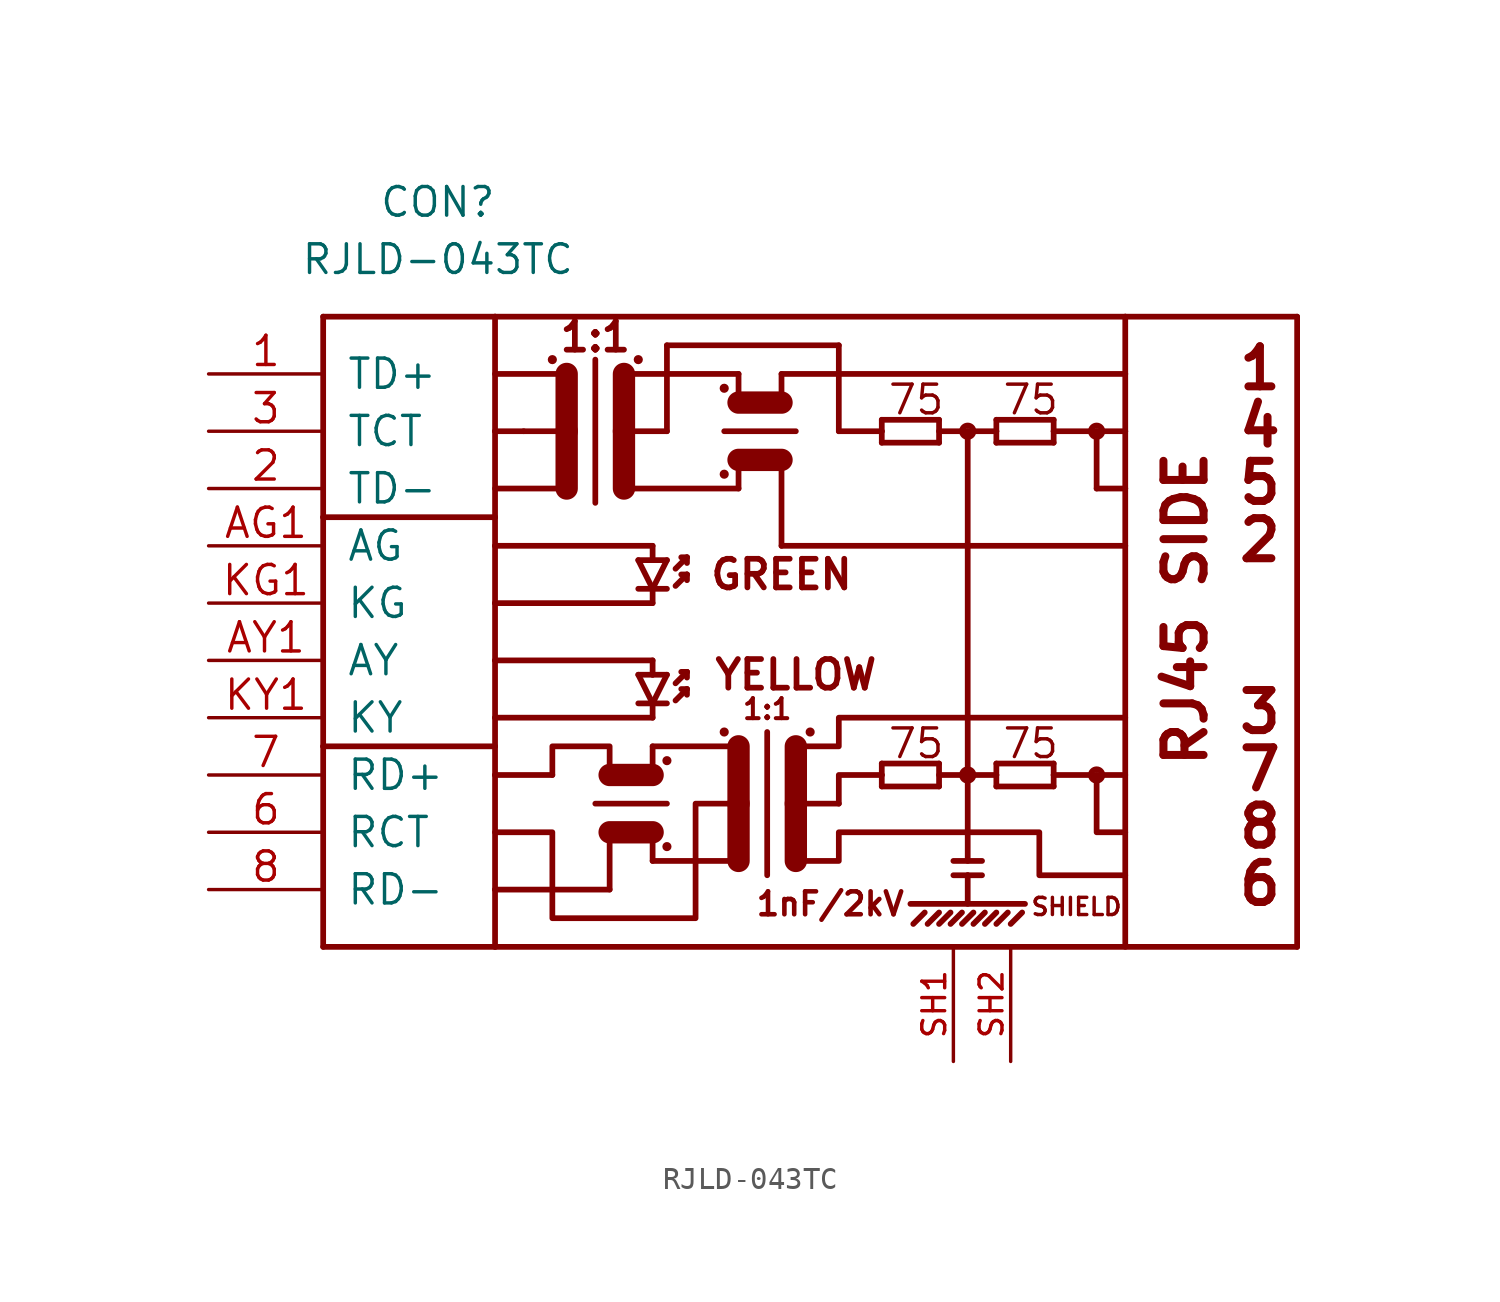
<source format=kicad_sym>
(kicad_symbol_lib
  (version 20211014)
  (generator kicad_symbol_editor)
  (symbol "RJLD-043TC"
    (pin_names
      (offset 1.016))
    (property "Reference" "CON"
      (at -15.24 20.32 0)
      (effects (font (size 1.27 1.27))))
    (property "Value" "RJLD-043TC"
      (at -15.24 17.78 0)
      (effects (font (size 1.27 1.27))))
    (symbol "RJLD-043TC_0_1"
      (polyline (pts (xy -7.62 -10.16) (xy -12.7 -10.16)) (stroke (width 0.254) (type default) (color 0 0 0 0)) (fill (type none)))
      (polyline (pts (xy -5.715 -3.81) (xy -1.905 -3.81)) (stroke (width 0.254) (type default) (color 0 0 0 0)) (fill (type none)))
      (polyline (pts (xy -7.62 -5.08) (xy -7.62 -3.81) (xy -10.16 -3.81) (xy -10.16 -5.08)) (stroke (width 0.254) (type default) (color 0 0 0 0)) (fill (type none))))
    (symbol "RJLD-043TC_1_1"
      (circle (center -10.16 13.335) (radius 0.127) (stroke (width 0) (type default) (color 0 0 0 0)) (fill (type outline)))
      (circle (center -6.35 13.335) (radius 0.127) (stroke (width 0) (type default) (color 0 0 0 0)) (fill (type outline)))
      (circle (center -5.08 -8.255) (radius 0.127) (stroke (width 0) (type default) (color 0 0 0 0)) (fill (type outline)))
      (circle (center -5.08 -4.445) (radius 0.127) (stroke (width 0) (type default) (color 0 0 0 0)) (fill (type outline)))
      (circle (center -2.54 -3.175) (radius 0.127) (stroke (width 0) (type default) (color 0 0 0 0)) (fill (type outline)))
      (circle (center -2.54 8.255) (radius 0.127) (stroke (width 0) (type default) (color 0 0 0 0)) (fill (type outline)))
      (circle (center -2.54 12.065) (radius 0.127) (stroke (width 0) (type default) (color 0 0 0 0)) (fill (type outline)))
      (polyline (pts (xy -20.32 -12.7) (xy -12.7 -12.7)) (stroke (width 0.254) (type default) (color 0 0 0 0)) (fill (type none)))
      (polyline (pts (xy -20.32 -3.81) (xy -20.32 -12.7)) (stroke (width 0.254) (type default) (color 0 0 0 0)) (fill (type none)))
      (polyline (pts (xy -20.32 -3.81) (xy -12.7 -3.81)) (stroke (width 0.254) (type default) (color 0 0 0 0)) (fill (type none)))
      (polyline (pts (xy -20.32 6.35) (xy -20.32 -3.81)) (stroke (width 0.254) (type default) (color 0 0 0 0)) (fill (type none)))
      (polyline (pts (xy -20.32 6.35) (xy -12.7 6.35)) (stroke (width 0.254) (type default) (color 0 0 0 0)) (fill (type none)))
      (polyline (pts (xy -20.32 15.24) (xy -20.32 6.35)) (stroke (width 0.254) (type default) (color 0 0 0 0)) (fill (type none)))
      (polyline (pts (xy -20.32 15.24) (xy -12.7 15.24)) (stroke (width 0.254) (type default) (color 0 0 0 0)) (fill (type none)))
      (polyline (pts (xy -12.7 -10.16) (xy -12.7 -12.7)) (stroke (width 0.254) (type default) (color 0 0 0 0)) (fill (type none)))
      (polyline (pts (xy -12.7 -5.08) (xy -12.7 -10.16)) (stroke (width 0.254) (type default) (color 0 0 0 0)) (fill (type none)))
      (polyline (pts (xy -12.7 -5.08) (xy -10.16 -5.08)) (stroke (width 0.254) (type default) (color 0 0 0 0)) (fill (type none)))
      (polyline (pts (xy -12.7 -3.81) (xy -12.7 -5.08)) (stroke (width 0.254) (type default) (color 0 0 0 0)) (fill (type none)))
      (polyline (pts (xy -12.7 -2.54) (xy -12.7 -3.81)) (stroke (width 0.254) (type default) (color 0 0 0 0)) (fill (type none)))
      (polyline (pts (xy -12.7 0) (xy -12.7 -2.54)) (stroke (width 0.254) (type default) (color 0 0 0 0)) (fill (type none)))
      (polyline (pts (xy -12.7 2.54) (xy -12.7 0)) (stroke (width 0.254) (type default) (color 0 0 0 0)) (fill (type none)))
      (polyline (pts (xy -12.7 5.08) (xy -12.7 2.54)) (stroke (width 0.254) (type default) (color 0 0 0 0)) (fill (type none)))
      (polyline (pts (xy -12.7 6.35) (xy -12.7 5.08)) (stroke (width 0.254) (type default) (color 0 0 0 0)) (fill (type none)))
      (polyline (pts (xy -12.7 10.16) (xy -12.7 6.35)) (stroke (width 0.254) (type default) (color 0 0 0 0)) (fill (type none)))
      (polyline (pts (xy -12.7 15.24) (xy -12.7 10.16)) (stroke (width 0.254) (type default) (color 0 0 0 0)) (fill (type none)))
      (polyline (pts (xy -12.7 15.24) (xy 15.24 15.24)) (stroke (width 0.254) (type default) (color 0 0 0 0)) (fill (type none)))
      (polyline (pts (xy -11.43 10.16) (xy -12.7 10.16)) (stroke (width 0.254) (type default) (color 0 0 0 0)) (fill (type none)))
      (polyline (pts (xy -9.525 7.62) (xy -12.7 7.62)) (stroke (width 0.254) (type default) (color 0 0 0 0)) (fill (type none)))
      (polyline (pts (xy -9.525 10.16) (xy -11.43 10.16)) (stroke (width 0.254) (type default) (color 0 0 0 0)) (fill (type none)))
      (polyline (pts (xy -9.525 10.16) (xy -9.525 7.62)) (stroke (width 0.991) (type default) (color 0 0 0 0)) (fill (type none)))
      (polyline (pts (xy -9.525 12.7) (xy -12.7 12.7)) (stroke (width 0.254) (type default) (color 0 0 0 0)) (fill (type none)))
      (polyline (pts (xy -9.525 12.7) (xy -9.525 10.16)) (stroke (width 0.991) (type default) (color 0 0 0 0)) (fill (type none)))
      (polyline (pts (xy -8.255 -6.35) (xy -5.08 -6.35)) (stroke (width 0.254) (type default) (color 0 0 0 0)) (fill (type none)))
      (polyline (pts (xy -8.255 13.335) (xy -8.255 6.985)) (stroke (width 0.254) (type default) (color 0 0 0 0)) (fill (type none)))
      (polyline (pts (xy -7.62 -10.16) (xy -7.62 -7.62)) (stroke (width 0.254) (type default) (color 0 0 0 0)) (fill (type none)))
      (polyline (pts (xy -7.62 -7.62) (xy -5.715 -7.62)) (stroke (width 0.991) (type default) (color 0 0 0 0)) (fill (type none)))
      (polyline (pts (xy -7.62 -5.08) (xy -5.715 -5.08)) (stroke (width 0.991) (type default) (color 0 0 0 0)) (fill (type none)))
      (polyline (pts (xy -6.985 10.16) (xy -6.985 7.62)) (stroke (width 0.991) (type default) (color 0 0 0 0)) (fill (type none)))
      (polyline (pts (xy -6.985 10.16) (xy -5.08 10.16)) (stroke (width 0.254) (type default) (color 0 0 0 0)) (fill (type none)))
      (polyline (pts (xy -6.985 12.7) (xy -6.985 10.16)) (stroke (width 0.991) (type default) (color 0 0 0 0)) (fill (type none)))
      (polyline (pts (xy -6.985 12.7) (xy -1.905 12.7)) (stroke (width 0.254) (type default) (color 0 0 0 0)) (fill (type none)))
      (polyline (pts (xy -6.35 -1.905) (xy -5.715 -1.905)) (stroke (width 0.254) (type default) (color 0 0 0 0)) (fill (type none)))
      (polyline (pts (xy -6.35 -0.635) (xy -5.715 -0.635)) (stroke (width 0.254) (type default) (color 0 0 0 0)) (fill (type none)))
      (polyline (pts (xy -6.35 3.175) (xy -5.715 3.175)) (stroke (width 0.254) (type default) (color 0 0 0 0)) (fill (type none)))
      (polyline (pts (xy -6.35 4.445) (xy -5.715 4.445)) (stroke (width 0.254) (type default) (color 0 0 0 0)) (fill (type none)))
      (polyline (pts (xy -5.715 -8.89) (xy -1.905 -8.89)) (stroke (width 0.254) (type default) (color 0 0 0 0)) (fill (type none)))
      (polyline (pts (xy -5.715 -7.62) (xy -5.715 -8.89)) (stroke (width 0.254) (type default) (color 0 0 0 0)) (fill (type none)))
      (polyline (pts (xy -5.715 -5.08) (xy -5.715 -3.81)) (stroke (width 0.254) (type default) (color 0 0 0 0)) (fill (type none)))
      (polyline (pts (xy -5.715 -2.54) (xy -12.7 -2.54)) (stroke (width 0.254) (type default) (color 0 0 0 0)) (fill (type none)))
      (polyline (pts (xy -5.715 -1.905) (xy -6.35 -0.635)) (stroke (width 0.254) (type default) (color 0 0 0 0)) (fill (type none)))
      (polyline (pts (xy -5.715 -1.905) (xy -5.715 -2.54)) (stroke (width 0.254) (type default) (color 0 0 0 0)) (fill (type none)))
      (polyline (pts (xy -5.715 -1.905) (xy -5.08 -1.905)) (stroke (width 0.254) (type default) (color 0 0 0 0)) (fill (type none)))
      (polyline (pts (xy -5.715 -0.635) (xy -5.715 0)) (stroke (width 0.254) (type default) (color 0 0 0 0)) (fill (type none)))
      (polyline (pts (xy -5.715 -0.635) (xy -5.08 -0.635)) (stroke (width 0.254) (type default) (color 0 0 0 0)) (fill (type none)))
      (polyline (pts (xy -5.715 0) (xy -12.7 0)) (stroke (width 0.254) (type default) (color 0 0 0 0)) (fill (type none)))
      (polyline (pts (xy -5.715 2.54) (xy -12.7 2.54)) (stroke (width 0.254) (type default) (color 0 0 0 0)) (fill (type none)))
      (polyline (pts (xy -5.715 3.175) (xy -6.35 4.445)) (stroke (width 0.254) (type default) (color 0 0 0 0)) (fill (type none)))
      (polyline (pts (xy -5.715 3.175) (xy -5.715 2.54)) (stroke (width 0.254) (type default) (color 0 0 0 0)) (fill (type none)))
      (polyline (pts (xy -5.715 3.175) (xy -5.08 3.175)) (stroke (width 0.254) (type default) (color 0 0 0 0)) (fill (type none)))
      (polyline (pts (xy -5.715 4.445) (xy -5.715 5.08)) (stroke (width 0.254) (type default) (color 0 0 0 0)) (fill (type none)))
      (polyline (pts (xy -5.715 4.445) (xy -5.08 4.445)) (stroke (width 0.254) (type default) (color 0 0 0 0)) (fill (type none)))
      (polyline (pts (xy -5.715 5.08) (xy -12.7 5.08)) (stroke (width 0.254) (type default) (color 0 0 0 0)) (fill (type none)))
      (polyline (pts (xy -5.08 -0.635) (xy -5.715 -1.905)) (stroke (width 0.254) (type default) (color 0 0 0 0)) (fill (type none)))
      (polyline (pts (xy -5.08 4.445) (xy -5.715 3.175)) (stroke (width 0.254) (type default) (color 0 0 0 0)) (fill (type none)))
      (polyline (pts (xy -5.08 10.16) (xy -5.08 13.97)) (stroke (width 0.254) (type default) (color 0 0 0 0)) (fill (type none)))
      (polyline (pts (xy -5.08 13.97) (xy 2.54 13.97)) (stroke (width 0.254) (type default) (color 0 0 0 0)) (fill (type none)))
      (polyline (pts (xy -4.699 -1.778) (xy -4.191 -1.27)) (stroke (width 0.254) (type default) (color 0 0 0 0)) (fill (type none)))
      (polyline (pts (xy -4.699 -1.016) (xy -4.191 -0.508)) (stroke (width 0.254) (type default) (color 0 0 0 0)) (fill (type none)))
      (polyline (pts (xy -4.699 3.302) (xy -4.191 3.81)) (stroke (width 0.254) (type default) (color 0 0 0 0)) (fill (type none)))
      (polyline (pts (xy -4.699 4.064) (xy -4.191 4.572)) (stroke (width 0.254) (type default) (color 0 0 0 0)) (fill (type none)))
      (polyline (pts (xy -4.191 -1.27) (xy -4.445 -1.27)) (stroke (width 0.254) (type default) (color 0 0 0 0)) (fill (type none)))
      (polyline (pts (xy -4.191 -1.27) (xy -4.191 -1.524)) (stroke (width 0.254) (type default) (color 0 0 0 0)) (fill (type none)))
      (polyline (pts (xy -4.191 -0.508) (xy -4.445 -0.508)) (stroke (width 0.254) (type default) (color 0 0 0 0)) (fill (type none)))
      (polyline (pts (xy -4.191 -0.508) (xy -4.191 -0.762)) (stroke (width 0.254) (type default) (color 0 0 0 0)) (fill (type none)))
      (polyline (pts (xy -4.191 3.81) (xy -4.445 3.81)) (stroke (width 0.254) (type default) (color 0 0 0 0)) (fill (type none)))
      (polyline (pts (xy -4.191 3.81) (xy -4.191 3.556)) (stroke (width 0.254) (type default) (color 0 0 0 0)) (fill (type none)))
      (polyline (pts (xy -4.191 4.572) (xy -4.445 4.572)) (stroke (width 0.254) (type default) (color 0 0 0 0)) (fill (type none)))
      (polyline (pts (xy -4.191 4.572) (xy -4.191 4.318)) (stroke (width 0.254) (type default) (color 0 0 0 0)) (fill (type none)))
      (polyline (pts (xy -2.54 10.16) (xy 0.635 10.16)) (stroke (width 0.254) (type default) (color 0 0 0 0)) (fill (type none)))
      (polyline (pts (xy -1.905 -6.35) (xy -1.905 -8.89)) (stroke (width 0.991) (type default) (color 0 0 0 0)) (fill (type none)))
      (polyline (pts (xy -1.905 -3.81) (xy -1.905 -6.35)) (stroke (width 0.991) (type default) (color 0 0 0 0)) (fill (type none)))
      (polyline (pts (xy -1.905 7.62) (xy -6.985 7.62)) (stroke (width 0.254) (type default) (color 0 0 0 0)) (fill (type none)))
      (polyline (pts (xy -1.905 8.89) (xy -1.905 7.62)) (stroke (width 0.254) (type default) (color 0 0 0 0)) (fill (type none)))
      (polyline (pts (xy -1.905 8.89) (xy 0 8.89)) (stroke (width 0.991) (type default) (color 0 0 0 0)) (fill (type none)))
      (polyline (pts (xy -1.905 11.43) (xy -1.905 12.7)) (stroke (width 0.254) (type default) (color 0 0 0 0)) (fill (type none)))
      (polyline (pts (xy -1.905 11.43) (xy 0 11.43)) (stroke (width 0.991) (type default) (color 0 0 0 0)) (fill (type none)))
      (polyline (pts (xy -0.635 -3.175) (xy -0.635 -9.525)) (stroke (width 0.254) (type default) (color 0 0 0 0)) (fill (type none)))
      (polyline (pts (xy 0 5.08) (xy 15.24 5.08)) (stroke (width 0.254) (type default) (color 0 0 0 0)) (fill (type none)))
      (polyline (pts (xy 0 8.89) (xy 0 5.08)) (stroke (width 0.254) (type default) (color 0 0 0 0)) (fill (type none)))
      (polyline (pts (xy 0 11.43) (xy 0 12.7)) (stroke (width 0.254) (type default) (color 0 0 0 0)) (fill (type none)))
      (polyline (pts (xy 0 12.7) (xy 15.24 12.7)) (stroke (width 0.254) (type default) (color 0 0 0 0)) (fill (type none)))
      (polyline (pts (xy 0.635 -6.35) (xy 0.635 -8.89)) (stroke (width 0.991) (type default) (color 0 0 0 0)) (fill (type none)))
      (polyline (pts (xy 0.635 -3.81) (xy 0.635 -6.35)) (stroke (width 0.991) (type default) (color 0 0 0 0)) (fill (type none)))
      (polyline (pts (xy 2.54 -6.35) (xy 0.635 -6.35)) (stroke (width 0.254) (type default) (color 0 0 0 0)) (fill (type none)))
      (polyline (pts (xy 2.54 10.16) (xy 4.445 10.16)) (stroke (width 0.254) (type default) (color 0 0 0 0)) (fill (type none)))
      (polyline (pts (xy 2.54 13.97) (xy 2.54 10.16)) (stroke (width 0.254) (type default) (color 0 0 0 0)) (fill (type none)))
      (polyline (pts (xy 4.445 -5.588) (xy 6.985 -5.588)) (stroke (width 0.254) (type default) (color 0 0 0 0)) (fill (type none)))
      (polyline (pts (xy 4.445 -5.08) (xy 4.445 -5.588)) (stroke (width 0.254) (type default) (color 0 0 0 0)) (fill (type none)))
      (polyline (pts (xy 4.445 -4.572) (xy 4.445 -5.08)) (stroke (width 0.254) (type default) (color 0 0 0 0)) (fill (type none)))
      (polyline (pts (xy 4.445 9.652) (xy 6.985 9.652)) (stroke (width 0.254) (type default) (color 0 0 0 0)) (fill (type none)))
      (polyline (pts (xy 4.445 10.16) (xy 4.445 9.652)) (stroke (width 0.254) (type default) (color 0 0 0 0)) (fill (type none)))
      (polyline (pts (xy 4.445 10.668) (xy 4.445 10.16)) (stroke (width 0.254) (type default) (color 0 0 0 0)) (fill (type none)))
      (polyline (pts (xy 5.715 -10.795) (xy 10.795 -10.795)) (stroke (width 0.254) (type default) (color 0 0 0 0)) (fill (type none)))
      (polyline (pts (xy 5.842 -11.684) (xy 6.35 -11.176)) (stroke (width 0.254) (type default) (color 0 0 0 0)) (fill (type none)))
      (polyline (pts (xy 6.477 -11.684) (xy 6.985 -11.176)) (stroke (width 0.254) (type default) (color 0 0 0 0)) (fill (type none)))
      (polyline (pts (xy 6.985 -11.684) (xy 7.493 -11.176)) (stroke (width 0.254) (type default) (color 0 0 0 0)) (fill (type none)))
      (polyline (pts (xy 6.985 -5.588) (xy 6.985 -4.572)) (stroke (width 0.254) (type default) (color 0 0 0 0)) (fill (type none)))
      (polyline (pts (xy 6.985 -5.08) (xy 8.255 -5.08)) (stroke (width 0.254) (type default) (color 0 0 0 0)) (fill (type none)))
      (polyline (pts (xy 6.985 -4.572) (xy 4.445 -4.572)) (stroke (width 0.254) (type default) (color 0 0 0 0)) (fill (type none)))
      (polyline (pts (xy 6.985 9.652) (xy 6.985 10.668)) (stroke (width 0.254) (type default) (color 0 0 0 0)) (fill (type none)))
      (polyline (pts (xy 6.985 10.16) (xy 8.255 10.16)) (stroke (width 0.254) (type default) (color 0 0 0 0)) (fill (type none)))
      (polyline (pts (xy 6.985 10.668) (xy 4.445 10.668)) (stroke (width 0.254) (type default) (color 0 0 0 0)) (fill (type none)))
      (polyline (pts (xy 7.493 -11.684) (xy 8.001 -11.176)) (stroke (width 0.254) (type default) (color 0 0 0 0)) (fill (type none)))
      (polyline (pts (xy 7.62 -9.525) (xy 8.255 -9.525)) (stroke (width 0.254) (type default) (color 0 0 0 0)) (fill (type none)))
      (polyline (pts (xy 7.62 -8.89) (xy 8.89 -8.89)) (stroke (width 0.254) (type default) (color 0 0 0 0)) (fill (type none)))
      (polyline (pts (xy 8.001 -11.684) (xy 8.509 -11.176)) (stroke (width 0.254) (type default) (color 0 0 0 0)) (fill (type none)))
      (polyline (pts (xy 8.255 -9.525) (xy 8.255 -10.795)) (stroke (width 0.254) (type default) (color 0 0 0 0)) (fill (type none)))
      (polyline (pts (xy 8.255 -9.525) (xy 8.89 -9.525)) (stroke (width 0.254) (type default) (color 0 0 0 0)) (fill (type none)))
      (polyline (pts (xy 8.255 -5.08) (xy 8.255 -8.89)) (stroke (width 0.254) (type default) (color 0 0 0 0)) (fill (type none)))
      (polyline (pts (xy 8.255 -5.08) (xy 8.255 10.16)) (stroke (width 0.254) (type default) (color 0 0 0 0)) (fill (type none)))
      (polyline (pts (xy 8.255 -5.08) (xy 9.525 -5.08)) (stroke (width 0.254) (type default) (color 0 0 0 0)) (fill (type none)))
      (polyline (pts (xy 8.255 10.16) (xy 9.525 10.16)) (stroke (width 0.254) (type default) (color 0 0 0 0)) (fill (type none)))
      (polyline (pts (xy 8.509 -11.684) (xy 9.017 -11.176)) (stroke (width 0.254) (type default) (color 0 0 0 0)) (fill (type none)))
      (polyline (pts (xy 9.017 -11.684) (xy 9.525 -11.176)) (stroke (width 0.254) (type default) (color 0 0 0 0)) (fill (type none)))
      (polyline (pts (xy 9.525 -11.684) (xy 10.033 -11.176)) (stroke (width 0.254) (type default) (color 0 0 0 0)) (fill (type none)))
      (polyline (pts (xy 9.525 -5.588) (xy 12.065 -5.588)) (stroke (width 0.254) (type default) (color 0 0 0 0)) (fill (type none)))
      (polyline (pts (xy 9.525 -5.08) (xy 9.525 -5.588)) (stroke (width 0.254) (type default) (color 0 0 0 0)) (fill (type none)))
      (polyline (pts (xy 9.525 -4.572) (xy 9.525 -5.08)) (stroke (width 0.254) (type default) (color 0 0 0 0)) (fill (type none)))
      (polyline (pts (xy 9.525 9.652) (xy 12.065 9.652)) (stroke (width 0.254) (type default) (color 0 0 0 0)) (fill (type none)))
      (polyline (pts (xy 9.525 10.16) (xy 9.525 9.652)) (stroke (width 0.254) (type default) (color 0 0 0 0)) (fill (type none)))
      (polyline (pts (xy 9.525 10.668) (xy 9.525 10.16)) (stroke (width 0.254) (type default) (color 0 0 0 0)) (fill (type none)))
      (polyline (pts (xy 10.16 -11.684) (xy 10.668 -11.176)) (stroke (width 0.254) (type default) (color 0 0 0 0)) (fill (type none)))
      (polyline (pts (xy 12.065 -5.588) (xy 12.065 -5.08)) (stroke (width 0.254) (type default) (color 0 0 0 0)) (fill (type none)))
      (polyline (pts (xy 12.065 -5.08) (xy 12.065 -4.572)) (stroke (width 0.254) (type default) (color 0 0 0 0)) (fill (type none)))
      (polyline (pts (xy 12.065 -5.08) (xy 15.24 -5.08)) (stroke (width 0.254) (type default) (color 0 0 0 0)) (fill (type none)))
      (polyline (pts (xy 12.065 -4.572) (xy 9.525 -4.572)) (stroke (width 0.254) (type default) (color 0 0 0 0)) (fill (type none)))
      (polyline (pts (xy 12.065 9.652) (xy 12.065 10.16)) (stroke (width 0.254) (type default) (color 0 0 0 0)) (fill (type none)))
      (polyline (pts (xy 12.065 10.16) (xy 12.065 10.668)) (stroke (width 0.254) (type default) (color 0 0 0 0)) (fill (type none)))
      (polyline (pts (xy 12.065 10.16) (xy 13.97 10.16)) (stroke (width 0.254) (type default) (color 0 0 0 0)) (fill (type none)))
      (polyline (pts (xy 12.065 10.668) (xy 9.525 10.668)) (stroke (width 0.254) (type default) (color 0 0 0 0)) (fill (type none)))
      (polyline (pts (xy 13.97 7.62) (xy 15.24 7.62)) (stroke (width 0.254) (type default) (color 0 0 0 0)) (fill (type none)))
      (polyline (pts (xy 13.97 10.16) (xy 13.97 7.62)) (stroke (width 0.254) (type default) (color 0 0 0 0)) (fill (type none)))
      (polyline (pts (xy 13.97 10.16) (xy 15.24 10.16)) (stroke (width 0.254) (type default) (color 0 0 0 0)) (fill (type none)))
      (polyline (pts (xy 15.24 5.08) (xy 15.24 -12.7)) (stroke (width 0.254) (type default) (color 0 0 0 0)) (fill (type none)))
      (polyline (pts (xy 15.24 7.62) (xy 15.24 5.08)) (stroke (width 0.254) (type default) (color 0 0 0 0)) (fill (type none)))
      (polyline (pts (xy 15.24 10.16) (xy 15.24 7.62)) (stroke (width 0.254) (type default) (color 0 0 0 0)) (fill (type none)))
      (polyline (pts (xy 15.24 12.7) (xy 15.24 10.16)) (stroke (width 0.254) (type default) (color 0 0 0 0)) (fill (type none)))
      (polyline (pts (xy 15.24 15.24) (xy 15.24 12.7)) (stroke (width 0.254) (type default) (color 0 0 0 0)) (fill (type none)))
      (polyline (pts (xy 15.24 15.24) (xy 22.86 15.24)) (stroke (width 0.254) (type default) (color 0 0 0 0)) (fill (type none)))
      (polyline (pts (xy 22.86 -12.7) (xy -12.7 -12.7)) (stroke (width 0.254) (type default) (color 0 0 0 0)) (fill (type none)))
      (polyline (pts (xy 22.86 15.24) (xy 22.86 -12.7)) (stroke (width 0.254) (type default) (color 0 0 0 0)) (fill (type none)))
      (polyline (pts (xy 0.635 -3.81) (xy 2.54 -3.81) (xy 2.54 -2.54) (xy 15.24 -2.54)) (stroke (width 0.254) (type default) (color 0 0 0 0)) (fill (type none)))
      (polyline (pts (xy 2.54 -6.35) (xy 2.54 -5.08) (xy 3.175 -5.08) (xy 4.445 -5.08)) (stroke (width 0.254) (type default) (color 0 0 0 0)) (fill (type none)))
      (polyline (pts (xy 13.97 -5.08) (xy 13.97 -6.35) (xy 13.97 -6.985) (xy 13.97 -7.62) (xy 15.24 -7.62)) (stroke (width 0.254) (type default) (color 0 0 0 0)) (fill (type none)))
      (polyline (pts (xy -12.7 -7.62) (xy -10.16 -7.62) (xy -10.16 -11.43) (xy -3.81 -11.43) (xy -3.81 -6.35) (xy -1.905 -6.35)) (stroke (width 0.254) (type default) (color 0 0 0 0)) (fill (type none)))
      (polyline (pts (xy 0.635 -8.89) (xy 2.54 -8.89) (xy 2.54 -7.62) (xy 11.43 -7.62) (xy 11.43 -9.525) (xy 15.24 -9.525)) (stroke (width 0.254) (type default) (color 0 0 0 0)) (fill (type none)))
      (circle (center 1.27 -3.175) (radius 0.127) (stroke (width 0) (type default) (color 0 0 0 0)) (fill (type outline)))
      (circle (center 8.255 -5.08) (radius 0.254) (stroke (width 0.254) (type default) (color 0 0 0 0)) (fill (type none)))
      (circle (center 8.255 10.16) (radius 0.254) (stroke (width 0.254) (type default) (color 0 0 0 0)) (fill (type none)))
      (circle (center 13.97 -5.08) (radius 0.254) (stroke (width 0.254) (type default) (color 0 0 0 0)) (fill (type none)))
      (circle (center 13.97 10.16) (radius 0.254) (stroke (width 0.254) (type default) (color 0 0 0 0)) (fill (type none)))
      (text "1" (at 21.209 12.954 0) (effects (font (size 1.778 1.778) bold)))
      (text "1:1" (at -8.255 14.351 0) (effects (font (size 1.27 1.27) bold)))
      (text "1:1" (at -0.635 -2.159 0) (effects (font (size 0.889 0.889) bold)))
      (text "1nF/2kV" (at 2.159 -10.795 0) (effects (font (size 1.016 1.016) bold)))
      (text "2" (at 21.209 5.334 0) (effects (font (size 1.778 1.778) bold)))
      (text "3" (at 21.209 -2.286 0) (effects (font (size 1.778 1.778) bold)))
      (text "4" (at 21.209 10.414 0) (effects (font (size 1.778 1.778) bold)))
      (text "5" (at 21.209 7.874 0) (effects (font (size 1.778 1.778) bold)))
      (text "6" (at 21.209 -9.906 0) (effects (font (size 1.778 1.778) bold)))
      (text "7" (at 21.209 -4.826 0) (effects (font (size 1.778 1.778) bold)))
      (text "75" (at 5.969 -3.683 0) (effects (font (size 1.27 1.27))))
      (text "75" (at 5.969 11.557 0) (effects (font (size 1.27 1.27))))
      (text "75" (at 11.049 -3.683 0) (effects (font (size 1.27 1.27))))
      (text "75" (at 11.049 11.557 0) (effects (font (size 1.27 1.27))))
      (text "8" (at 21.209 -7.366 0) (effects (font (size 1.778 1.778) bold)))
      (text "GREEN" (at 0 3.81 0) (effects (font (size 1.27 1.27) bold)))
      (text "RJ45 SIDE" (at 17.907 2.286 900) (effects (font (size 1.778 1.778) bold)))
      (text "SHIELD" (at 13.081 -10.922 0) (effects (font (size 0.762 0.762) bold)))
      (text "YELLOW" (at 0.635 -0.635 0) (effects (font (size 1.27 1.27) bold)))
      (pin bidirectional line (at -25.4 12.7 0) (length 5.08) (name "TD+" (effects (font (size 1.295 1.295)))) (number "1" (effects (font (size 1.295 1.295)))))
      (pin bidirectional line (at -25.4 7.62 0) (length 5.08) (name "TD-" (effects (font (size 1.295 1.295)))) (number "2" (effects (font (size 1.295 1.295)))))
      (pin input line (at -25.4 10.16 0) (length 5.08) (name "TCT" (effects (font (size 1.295 1.295)))) (number "3" (effects (font (size 1.295 1.295)))))
      (pin input line (at -25.4 -7.62 0) (length 5.08) (name "RCT" (effects (font (size 1.295 1.295)))) (number "6" (effects (font (size 1.295 1.295)))))
      (pin bidirectional line (at -25.4 -5.08 0) (length 5.08) (name "RD+" (effects (font (size 1.295 1.295)))) (number "7" (effects (font (size 1.295 1.295)))))
      (pin bidirectional line (at -25.4 -10.16 0) (length 5.08) (name "RD-" (effects (font (size 1.295 1.295)))) (number "8" (effects (font (size 1.295 1.295)))))
      (pin passive line (at -25.4 5.08 0) (length 5.08) (name "AG" (effects (font (size 1.295 1.295)))) (number "AG1" (effects (font (size 1.295 1.295)))))
      (pin passive line (at -25.4 0 0) (length 5.08) (name "AY" (effects (font (size 1.295 1.295)))) (number "AY1" (effects (font (size 1.295 1.295)))))
      (pin passive line (at -25.4 2.54 0) (length 5.08) (name "KG" (effects (font (size 1.295 1.295)))) (number "KG1" (effects (font (size 1.295 1.295)))))
      (pin passive line (at -25.4 -2.54 0) (length 5.08) (name "KY" (effects (font (size 1.295 1.295)))) (number "KY1" (effects (font (size 1.295 1.295)))))
      (pin input line (at 7.62 -17.78 90) (length 5.08) (name "SH1" (effects (font (size 0 0)))) (number "SH1" (effects (font (size 1.016 1.016)))))
      (pin input line (at 10.16 -17.78 90) (length 5.08) (name "SH2" (effects (font (size 0 0)))) (number "SH2" (effects (font (size 1.016 1.016))))))))
</source>
